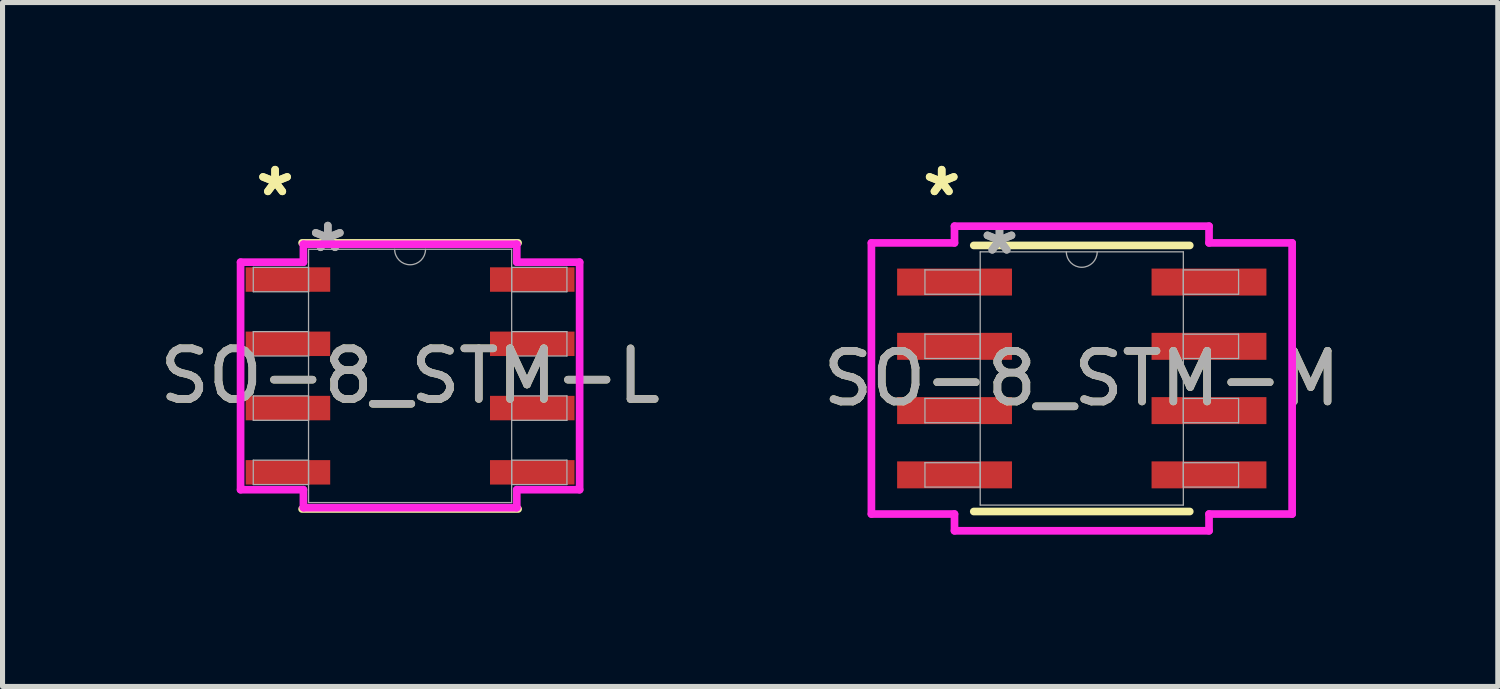
<source format=kicad_pcb>
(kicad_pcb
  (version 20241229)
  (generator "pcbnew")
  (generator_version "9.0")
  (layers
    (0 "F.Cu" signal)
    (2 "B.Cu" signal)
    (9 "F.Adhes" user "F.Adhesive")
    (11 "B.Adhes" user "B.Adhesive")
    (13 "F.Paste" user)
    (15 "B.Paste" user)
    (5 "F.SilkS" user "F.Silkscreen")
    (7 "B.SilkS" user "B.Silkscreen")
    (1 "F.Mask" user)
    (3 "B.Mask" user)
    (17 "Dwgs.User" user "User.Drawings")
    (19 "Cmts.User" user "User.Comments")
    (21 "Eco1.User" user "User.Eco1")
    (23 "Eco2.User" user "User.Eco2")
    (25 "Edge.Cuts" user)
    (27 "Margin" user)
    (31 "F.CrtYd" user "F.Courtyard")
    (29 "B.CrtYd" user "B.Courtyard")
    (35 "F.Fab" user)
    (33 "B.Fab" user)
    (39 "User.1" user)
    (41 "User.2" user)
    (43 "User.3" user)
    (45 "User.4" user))
  (footprint "SO-8_STM-M"
    (layer "F.Cu")
    (at 18.327 4.429)
    (property "Reference" "SO-8_STM-M" (at 0 0 0) (unlocked yes) (layer "F.SilkS") (effects (font (size 1 1) (thickness 0.15))))
    (attr smd)
    (fp_line (start -2.134 2.629) (end 2.134 2.629) (stroke (width 0.152) (type solid)) (layer "F.SilkS"))
    (fp_line (start 2.134 -2.629) (end -2.134 -2.629) (stroke (width 0.152) (type solid)) (layer "F.SilkS"))
    (fp_line (start -4.157 -2.679) (end -2.515 -2.679) (stroke (width 0.152) (type solid)) (layer "F.CrtYd"))
    (fp_line (start -4.157 2.679) (end -4.157 -2.679) (stroke (width 0.152) (type solid)) (layer "F.CrtYd"))
    (fp_line (start -4.157 2.679) (end -2.515 2.679) (stroke (width 0.152) (type solid)) (layer "F.CrtYd"))
    (fp_line (start -2.515 -3.01) (end 2.515 -3.01) (stroke (width 0.152) (type solid)) (layer "F.CrtYd"))
    (fp_line (start -2.515 -2.679) (end -2.515 -3.01) (stroke (width 0.152) (type solid)) (layer "F.CrtYd"))
    (fp_line (start -2.515 3.01) (end -2.515 2.679) (stroke (width 0.152) (type solid)) (layer "F.CrtYd"))
    (fp_line (start 2.515 -3.01) (end 2.515 -2.679) (stroke (width 0.152) (type solid)) (layer "F.CrtYd"))
    (fp_line (start 2.515 2.679) (end 2.515 3.01) (stroke (width 0.152) (type solid)) (layer "F.CrtYd"))
    (fp_line (start 2.515 3.01) (end -2.515 3.01) (stroke (width 0.152) (type solid)) (layer "F.CrtYd"))
    (fp_line (start 4.157 -2.679) (end 2.515 -2.679) (stroke (width 0.152) (type solid)) (layer "F.CrtYd"))
    (fp_line (start 4.157 -2.679) (end 4.157 2.679) (stroke (width 0.152) (type solid)) (layer "F.CrtYd"))
    (fp_line (start 4.157 2.679) (end 2.515 2.679) (stroke (width 0.152) (type solid)) (layer "F.CrtYd"))
    (fp_line (start -3.099 -2.146) (end -3.099 -1.664) (stroke (width 0.025) (type solid)) (layer "F.Fab"))
    (fp_line (start -3.099 -1.664) (end -2.007 -1.664) (stroke (width 0.025) (type solid)) (layer "F.Fab"))
    (fp_line (start -3.099 -0.876) (end -3.099 -0.394) (stroke (width 0.025) (type solid)) (layer "F.Fab"))
    (fp_line (start -3.099 -0.394) (end -2.007 -0.394) (stroke (width 0.025) (type solid)) (layer "F.Fab"))
    (fp_line (start -3.099 0.394) (end -3.099 0.876) (stroke (width 0.025) (type solid)) (layer "F.Fab"))
    (fp_line (start -3.099 0.876) (end -2.007 0.876) (stroke (width 0.025) (type solid)) (layer "F.Fab"))
    (fp_line (start -3.099 1.664) (end -3.099 2.146) (stroke (width 0.025) (type solid)) (layer "F.Fab"))
    (fp_line (start -3.099 2.146) (end -2.007 2.146) (stroke (width 0.025) (type solid)) (layer "F.Fab"))
    (fp_line (start -2.007 -2.502) (end -2.007 2.502) (stroke (width 0.025) (type solid)) (layer "F.Fab"))
    (fp_line (start -2.007 -2.146) (end -3.099 -2.146) (stroke (width 0.025) (type solid)) (layer "F.Fab"))
    (fp_line (start -2.007 -1.664) (end -2.007 -2.146) (stroke (width 0.025) (type solid)) (layer "F.Fab"))
    (fp_line (start -2.007 -0.876) (end -3.099 -0.876) (stroke (width 0.025) (type solid)) (layer "F.Fab"))
    (fp_line (start -2.007 -0.394) (end -2.007 -0.876) (stroke (width 0.025) (type solid)) (layer "F.Fab"))
    (fp_line (start -2.007 0.394) (end -3.099 0.394) (stroke (width 0.025) (type solid)) (layer "F.Fab"))
    (fp_line (start -2.007 0.876) (end -2.007 0.394) (stroke (width 0.025) (type solid)) (layer "F.Fab"))
    (fp_line (start -2.007 1.664) (end -3.099 1.664) (stroke (width 0.025) (type solid)) (layer "F.Fab"))
    (fp_line (start -2.007 2.146) (end -2.007 1.664) (stroke (width 0.025) (type solid)) (layer "F.Fab"))
    (fp_line (start -2.007 2.502) (end 2.007 2.502) (stroke (width 0.025) (type solid)) (layer "F.Fab"))
    (fp_line (start 2.007 -2.502) (end -2.007 -2.502) (stroke (width 0.025) (type solid)) (layer "F.Fab"))
    (fp_line (start 2.007 -2.146) (end 2.007 -1.664) (stroke (width 0.025) (type solid)) (layer "F.Fab"))
    (fp_line (start 2.007 -1.664) (end 3.099 -1.664) (stroke (width 0.025) (type solid)) (layer "F.Fab"))
    (fp_line (start 2.007 -0.876) (end 2.007 -0.394) (stroke (width 0.025) (type solid)) (layer "F.Fab"))
    (fp_line (start 2.007 -0.394) (end 3.099 -0.394) (stroke (width 0.025) (type solid)) (layer "F.Fab"))
    (fp_line (start 2.007 0.394) (end 2.007 0.876) (stroke (width 0.025) (type solid)) (layer "F.Fab"))
    (fp_line (start 2.007 0.876) (end 3.099 0.876) (stroke (width 0.025) (type solid)) (layer "F.Fab"))
    (fp_line (start 2.007 1.664) (end 2.007 2.146) (stroke (width 0.025) (type solid)) (layer "F.Fab"))
    (fp_line (start 2.007 2.146) (end 3.099 2.146) (stroke (width 0.025) (type solid)) (layer "F.Fab"))
    (fp_line (start 2.007 2.502) (end 2.007 -2.502) (stroke (width 0.025) (type solid)) (layer "F.Fab"))
    (fp_line (start 3.099 -2.146) (end 2.007 -2.146) (stroke (width 0.025) (type solid)) (layer "F.Fab"))
    (fp_line (start 3.099 -1.664) (end 3.099 -2.146) (stroke (width 0.025) (type solid)) (layer "F.Fab"))
    (fp_line (start 3.099 -0.876) (end 2.007 -0.876) (stroke (width 0.025) (type solid)) (layer "F.Fab"))
    (fp_line (start 3.099 -0.394) (end 3.099 -0.876) (stroke (width 0.025) (type solid)) (layer "F.Fab"))
    (fp_line (start 3.099 0.394) (end 2.007 0.394) (stroke (width 0.025) (type solid)) (layer "F.Fab"))
    (fp_line (start 3.099 0.876) (end 3.099 0.394) (stroke (width 0.025) (type solid)) (layer "F.Fab"))
    (fp_line (start 3.099 1.664) (end 2.007 1.664) (stroke (width 0.025) (type solid)) (layer "F.Fab"))
    (fp_line (start 3.099 2.146) (end 3.099 1.664) (stroke (width 0.025) (type solid)) (layer "F.Fab"))
    (fp_arc (start 0.3048 -2.5019) (mid 0 -2.1971) (end -0.3048 -2.5019) (stroke (width 0.0254) (type solid)) (layer "F.Fab"))
    (fp_text user "*" (at -2.768 -3.581 0) (layer "F.SilkS") (effects (font (size 1 1) (thickness 0.15))))
    (fp_text user "*" (at -2.768 -3.581 0) (unlocked yes) (layer "F.SilkS") (effects (font (size 1 1) (thickness 0.15))))
    (fp_text user "*" (at -1.626 -2.426 0) (layer "F.Fab") (effects (font (size 1 1) (thickness 0.15))))
    (fp_text user "${REFERENCE}" (at 0 0 0) (unlocked yes) (layer "F.Fab") (effects (font (size 1 1) (thickness 0.15))))
    (fp_text user "*" (at -1.626 -2.426 0) (unlocked yes) (layer "F.Fab") (effects (font (size 1 1) (thickness 0.15))))
    (pad "1" smd rect (at -2.514 -1.905) (size 2.27 0.533) (layers "F.Cu" "F.Mask" "F.Paste"))
    (pad "2" smd rect (at -2.514 -0.635) (size 2.27 0.533) (layers "F.Cu" "F.Mask" "F.Paste"))
    (pad "3" smd rect (at -2.514 0.635) (size 2.27 0.533) (layers "F.Cu" "F.Mask" "F.Paste"))
    (pad "4" smd rect (at -2.514 1.905) (size 2.27 0.533) (layers "F.Cu" "F.Mask" "F.Paste"))
    (pad "5" smd rect (at 2.514 1.905) (size 2.27 0.533) (layers "F.Cu" "F.Mask" "F.Paste"))
    (pad "6" smd rect (at 2.514 0.635) (size 2.27 0.533) (layers "F.Cu" "F.Mask" "F.Paste"))
    (pad "7" smd rect (at 2.514 -0.635) (size 2.27 0.533) (layers "F.Cu" "F.Mask" "F.Paste"))
    (pad "8" smd rect (at 2.514 -1.905) (size 2.27 0.533) (layers "F.Cu" "F.Mask" "F.Paste")))
  (footprint "SO-8_STM-L"
    (layer "F.Cu")
    (at 5.054 4.379)
    (property "Reference" "SO-8_STM-L" (at 0 0 0) (unlocked yes) (layer "F.SilkS") (effects (font (size 1 1) (thickness 0.15))))
    (attr smd)
    (fp_line (start -2.134 2.629) (end 2.134 2.629) (stroke (width 0.152) (type solid)) (layer "F.SilkS"))
    (fp_line (start 2.134 -2.629) (end -2.134 -2.629) (stroke (width 0.152) (type solid)) (layer "F.SilkS"))
    (fp_line (start -3.35 -2.248) (end -2.108 -2.248) (stroke (width 0.152) (type solid)) (layer "F.CrtYd"))
    (fp_line (start -3.35 2.248) (end -3.35 -2.248) (stroke (width 0.152) (type solid)) (layer "F.CrtYd"))
    (fp_line (start -3.35 2.248) (end -2.108 2.248) (stroke (width 0.152) (type solid)) (layer "F.CrtYd"))
    (fp_line (start -2.108 -2.603) (end 2.108 -2.603) (stroke (width 0.152) (type solid)) (layer "F.CrtYd"))
    (fp_line (start -2.108 -2.248) (end -2.108 -2.603) (stroke (width 0.152) (type solid)) (layer "F.CrtYd"))
    (fp_line (start -2.108 2.603) (end -2.108 2.248) (stroke (width 0.152) (type solid)) (layer "F.CrtYd"))
    (fp_line (start 2.108 -2.603) (end 2.108 -2.248) (stroke (width 0.152) (type solid)) (layer "F.CrtYd"))
    (fp_line (start 2.108 2.248) (end 2.108 2.603) (stroke (width 0.152) (type solid)) (layer "F.CrtYd"))
    (fp_line (start 2.108 2.603) (end -2.108 2.603) (stroke (width 0.152) (type solid)) (layer "F.CrtYd"))
    (fp_line (start 3.35 -2.248) (end 2.108 -2.248) (stroke (width 0.152) (type solid)) (layer "F.CrtYd"))
    (fp_line (start 3.35 -2.248) (end 3.35 2.248) (stroke (width 0.152) (type solid)) (layer "F.CrtYd"))
    (fp_line (start 3.35 2.248) (end 2.108 2.248) (stroke (width 0.152) (type solid)) (layer "F.CrtYd"))
    (fp_line (start -3.099 -2.146) (end -3.099 -1.664) (stroke (width 0.025) (type solid)) (layer "F.Fab"))
    (fp_line (start -3.099 -1.664) (end -2.007 -1.664) (stroke (width 0.025) (type solid)) (layer "F.Fab"))
    (fp_line (start -3.099 -0.876) (end -3.099 -0.394) (stroke (width 0.025) (type solid)) (layer "F.Fab"))
    (fp_line (start -3.099 -0.394) (end -2.007 -0.394) (stroke (width 0.025) (type solid)) (layer "F.Fab"))
    (fp_line (start -3.099 0.394) (end -3.099 0.876) (stroke (width 0.025) (type solid)) (layer "F.Fab"))
    (fp_line (start -3.099 0.876) (end -2.007 0.876) (stroke (width 0.025) (type solid)) (layer "F.Fab"))
    (fp_line (start -3.099 1.664) (end -3.099 2.146) (stroke (width 0.025) (type solid)) (layer "F.Fab"))
    (fp_line (start -3.099 2.146) (end -2.007 2.146) (stroke (width 0.025) (type solid)) (layer "F.Fab"))
    (fp_line (start -2.007 -2.502) (end -2.007 2.502) (stroke (width 0.025) (type solid)) (layer "F.Fab"))
    (fp_line (start -2.007 -2.146) (end -3.099 -2.146) (stroke (width 0.025) (type solid)) (layer "F.Fab"))
    (fp_line (start -2.007 -1.664) (end -2.007 -2.146) (stroke (width 0.025) (type solid)) (layer "F.Fab"))
    (fp_line (start -2.007 -0.876) (end -3.099 -0.876) (stroke (width 0.025) (type solid)) (layer "F.Fab"))
    (fp_line (start -2.007 -0.394) (end -2.007 -0.876) (stroke (width 0.025) (type solid)) (layer "F.Fab"))
    (fp_line (start -2.007 0.394) (end -3.099 0.394) (stroke (width 0.025) (type solid)) (layer "F.Fab"))
    (fp_line (start -2.007 0.876) (end -2.007 0.394) (stroke (width 0.025) (type solid)) (layer "F.Fab"))
    (fp_line (start -2.007 1.664) (end -3.099 1.664) (stroke (width 0.025) (type solid)) (layer "F.Fab"))
    (fp_line (start -2.007 2.146) (end -2.007 1.664) (stroke (width 0.025) (type solid)) (layer "F.Fab"))
    (fp_line (start -2.007 2.502) (end 2.007 2.502) (stroke (width 0.025) (type solid)) (layer "F.Fab"))
    (fp_line (start 2.007 -2.502) (end -2.007 -2.502) (stroke (width 0.025) (type solid)) (layer "F.Fab"))
    (fp_line (start 2.007 -2.146) (end 2.007 -1.664) (stroke (width 0.025) (type solid)) (layer "F.Fab"))
    (fp_line (start 2.007 -1.664) (end 3.099 -1.664) (stroke (width 0.025) (type solid)) (layer "F.Fab"))
    (fp_line (start 2.007 -0.876) (end 2.007 -0.394) (stroke (width 0.025) (type solid)) (layer "F.Fab"))
    (fp_line (start 2.007 -0.394) (end 3.099 -0.394) (stroke (width 0.025) (type solid)) (layer "F.Fab"))
    (fp_line (start 2.007 0.394) (end 2.007 0.876) (stroke (width 0.025) (type solid)) (layer "F.Fab"))
    (fp_line (start 2.007 0.876) (end 3.099 0.876) (stroke (width 0.025) (type solid)) (layer "F.Fab"))
    (fp_line (start 2.007 1.664) (end 2.007 2.146) (stroke (width 0.025) (type solid)) (layer "F.Fab"))
    (fp_line (start 2.007 2.146) (end 3.099 2.146) (stroke (width 0.025) (type solid)) (layer "F.Fab"))
    (fp_line (start 2.007 2.502) (end 2.007 -2.502) (stroke (width 0.025) (type solid)) (layer "F.Fab"))
    (fp_line (start 3.099 -2.146) (end 2.007 -2.146) (stroke (width 0.025) (type solid)) (layer "F.Fab"))
    (fp_line (start 3.099 -1.664) (end 3.099 -2.146) (stroke (width 0.025) (type solid)) (layer "F.Fab"))
    (fp_line (start 3.099 -0.876) (end 2.007 -0.876) (stroke (width 0.025) (type solid)) (layer "F.Fab"))
    (fp_line (start 3.099 -0.394) (end 3.099 -0.876) (stroke (width 0.025) (type solid)) (layer "F.Fab"))
    (fp_line (start 3.099 0.394) (end 2.007 0.394) (stroke (width 0.025) (type solid)) (layer "F.Fab"))
    (fp_line (start 3.099 0.876) (end 3.099 0.394) (stroke (width 0.025) (type solid)) (layer "F.Fab"))
    (fp_line (start 3.099 1.664) (end 2.007 1.664) (stroke (width 0.025) (type solid)) (layer "F.Fab"))
    (fp_line (start 3.099 2.146) (end 3.099 1.664) (stroke (width 0.025) (type solid)) (layer "F.Fab"))
    (fp_arc (start 0.3048 -2.5019) (mid 0 -2.1971) (end -0.3048 -2.5019) (stroke (width 0.0254) (type solid)) (layer "F.Fab"))
    (fp_text user "*" (at -2.668 -3.531 0) (unlocked yes) (layer "F.SilkS") (effects (font (size 1 1) (thickness 0.15))))
    (fp_text user "*" (at -2.668 -3.531 0) (layer "F.SilkS") (effects (font (size 1 1) (thickness 0.15))))
    (fp_text user "*" (at -1.626 -2.426 0) (layer "F.Fab") (effects (font (size 1 1) (thickness 0.15))))
    (fp_text user "*" (at -1.626 -2.426 0) (unlocked yes) (layer "F.Fab") (effects (font (size 1 1) (thickness 0.15))))
    (fp_text user "${REFERENCE}" (at 0 0 0) (unlocked yes) (layer "F.Fab") (effects (font (size 1 1) (thickness 0.15))))
    (pad "1" smd rect (at -2.414 -1.905) (size 1.67 0.483) (layers "F.Cu" "F.Mask" "F.Paste"))
    (pad "2" smd rect (at -2.414 -0.635) (size 1.67 0.483) (layers "F.Cu" "F.Mask" "F.Paste"))
    (pad "3" smd rect (at -2.414 0.635) (size 1.67 0.483) (layers "F.Cu" "F.Mask" "F.Paste"))
    (pad "4" smd rect (at -2.414 1.905) (size 1.67 0.483) (layers "F.Cu" "F.Mask" "F.Paste"))
    (pad "5" smd rect (at 2.414 1.905) (size 1.67 0.483) (layers "F.Cu" "F.Mask" "F.Paste"))
    (pad "6" smd rect (at 2.414 0.635) (size 1.67 0.483) (layers "F.Cu" "F.Mask" "F.Paste"))
    (pad "7" smd rect (at 2.414 -0.635) (size 1.67 0.483) (layers "F.Cu" "F.Mask" "F.Paste"))
    (pad "8" smd rect (at 2.414 -1.905) (size 1.67 0.483) (layers "F.Cu" "F.Mask" "F.Paste")))
  (gr_rect
    (start -3 -3)
    (end 26.548 10.515)
    (stroke (width 0.1) (type default))
    (fill no)
    (layer "Edge.Cuts")))
</source>
